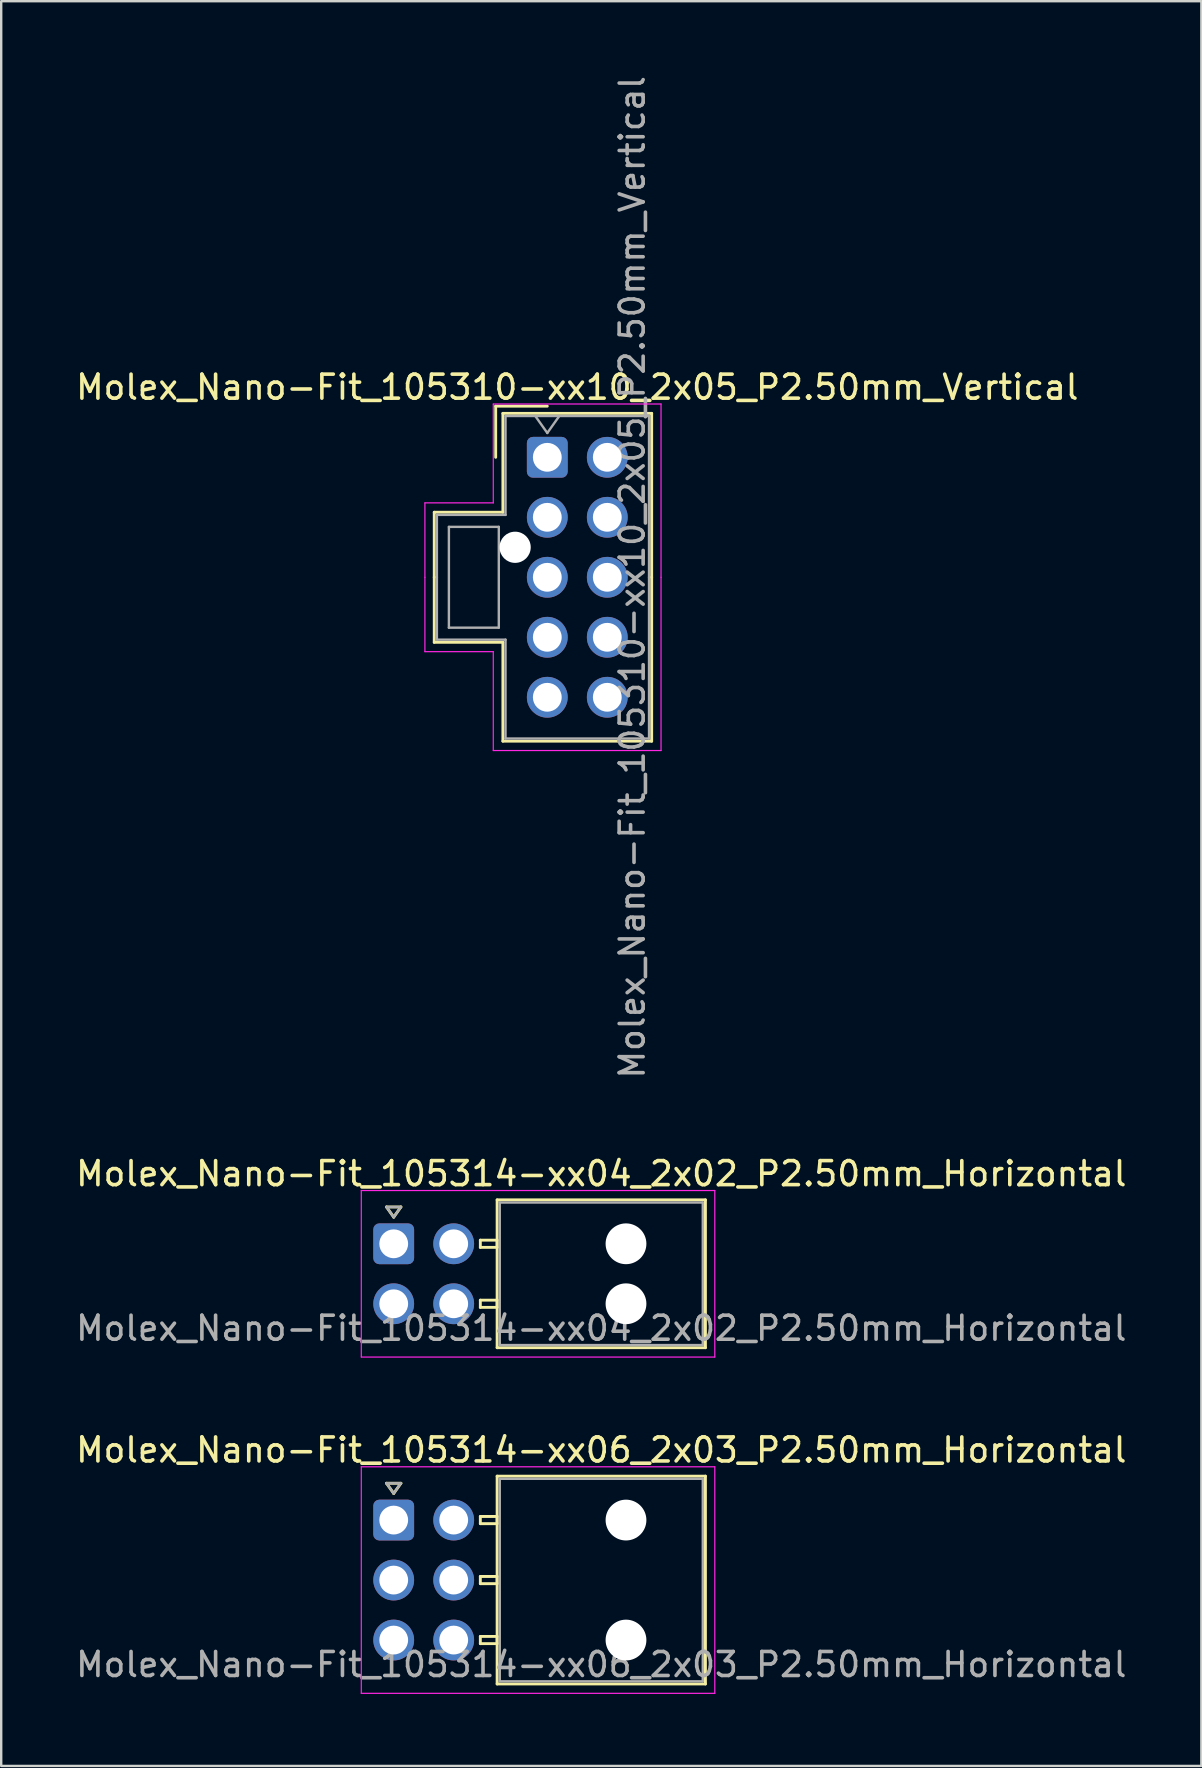
<source format=kicad_pcb>
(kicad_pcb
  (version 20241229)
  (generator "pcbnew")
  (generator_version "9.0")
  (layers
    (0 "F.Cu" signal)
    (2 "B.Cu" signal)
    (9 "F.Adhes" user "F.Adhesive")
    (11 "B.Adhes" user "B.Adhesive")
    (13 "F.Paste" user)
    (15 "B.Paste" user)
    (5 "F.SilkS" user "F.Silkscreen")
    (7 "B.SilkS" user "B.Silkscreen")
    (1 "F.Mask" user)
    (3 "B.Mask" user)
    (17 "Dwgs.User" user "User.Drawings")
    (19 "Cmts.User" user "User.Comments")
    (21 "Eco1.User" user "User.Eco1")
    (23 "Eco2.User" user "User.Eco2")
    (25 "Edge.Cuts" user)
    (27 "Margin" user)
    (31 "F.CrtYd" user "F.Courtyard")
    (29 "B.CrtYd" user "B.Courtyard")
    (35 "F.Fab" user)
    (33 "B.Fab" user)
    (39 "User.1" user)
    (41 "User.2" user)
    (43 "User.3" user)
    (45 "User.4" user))
  (footprint "Molex_Nano-Fit_105314-xx06_2x03_P2.50mm_Horizontal"
    (layer "F.Cu")
    (at 13.356 60.293)
    (property "Reference" "Molex_Nano-Fit_105314-xx06_2x03_P2.50mm_Horizontal" (at 8.65 -2.92 0) (layer "F.SilkS") (effects (font (size 1 1) (thickness 0.15))))
    (attr through_hole)
    (fp_line (start -0.3 -1.534) (end 0 -1.11) (stroke (width 0.12) (type solid)) (layer "F.SilkS"))
    (fp_line (start 0 -1.11) (end 0.3 -1.534) (stroke (width 0.12) (type solid)) (layer "F.SilkS"))
    (fp_line (start 0.3 -1.534) (end -0.3 -1.534) (stroke (width 0.12) (type solid)) (layer "F.SilkS"))
    (fp_line (start 3.61 -0.15) (end 3.61 0.15) (stroke (width 0.12) (type solid)) (layer "F.SilkS"))
    (fp_line (start 3.61 0.15) (end 4.31 0.15) (stroke (width 0.12) (type solid)) (layer "F.SilkS"))
    (fp_line (start 3.61 2.35) (end 3.61 2.65) (stroke (width 0.12) (type solid)) (layer "F.SilkS"))
    (fp_line (start 3.61 2.65) (end 4.31 2.65) (stroke (width 0.12) (type solid)) (layer "F.SilkS"))
    (fp_line (start 3.61 4.85) (end 3.61 5.15) (stroke (width 0.12) (type solid)) (layer "F.SilkS"))
    (fp_line (start 3.61 5.15) (end 4.31 5.15) (stroke (width 0.12) (type solid)) (layer "F.SilkS"))
    (fp_line (start 4.31 -1.83) (end 4.31 6.83) (stroke (width 0.12) (type solid)) (layer "F.SilkS"))
    (fp_line (start 4.31 -0.15) (end 3.61 -0.15) (stroke (width 0.12) (type solid)) (layer "F.SilkS"))
    (fp_line (start 4.31 0.15) (end 4.31 -0.15) (stroke (width 0.12) (type solid)) (layer "F.SilkS"))
    (fp_line (start 4.31 2.35) (end 3.61 2.35) (stroke (width 0.12) (type solid)) (layer "F.SilkS"))
    (fp_line (start 4.31 2.65) (end 4.31 2.35) (stroke (width 0.12) (type solid)) (layer "F.SilkS"))
    (fp_line (start 4.31 4.85) (end 3.61 4.85) (stroke (width 0.12) (type solid)) (layer "F.SilkS"))
    (fp_line (start 4.31 5.15) (end 4.31 4.85) (stroke (width 0.12) (type solid)) (layer "F.SilkS"))
    (fp_line (start 4.31 6.83) (end 12.99 6.83) (stroke (width 0.12) (type solid)) (layer "F.SilkS"))
    (fp_line (start 12.99 -1.83) (end 4.31 -1.83) (stroke (width 0.12) (type solid)) (layer "F.SilkS"))
    (fp_line (start 12.99 6.83) (end 12.99 -1.83) (stroke (width 0.12) (type solid)) (layer "F.SilkS"))
    (fp_line (start -1.35 -2.22) (end -1.35 7.22) (stroke (width 0.05) (type solid)) (layer "F.CrtYd"))
    (fp_line (start -1.35 7.22) (end 13.38 7.22) (stroke (width 0.05) (type solid)) (layer "F.CrtYd"))
    (fp_line (start 13.38 -2.22) (end -1.35 -2.22) (stroke (width 0.05) (type solid)) (layer "F.CrtYd"))
    (fp_line (start 13.38 7.22) (end 13.38 -2.22) (stroke (width 0.05) (type solid)) (layer "F.CrtYd"))
    (fp_line (start -0.3 -1.534) (end 0 -1.11) (stroke (width 0.1) (type solid)) (layer "F.Fab"))
    (fp_line (start 0 -1.11) (end 0.3 -1.534) (stroke (width 0.1) (type solid)) (layer "F.Fab"))
    (fp_line (start 0.3 -1.534) (end -0.3 -1.534) (stroke (width 0.1) (type solid)) (layer "F.Fab"))
    (fp_line (start 4.42 -1.72) (end 4.42 6.72) (stroke (width 0.1) (type solid)) (layer "F.Fab"))
    (fp_line (start 4.42 6.72) (end 12.88 6.72) (stroke (width 0.1) (type solid)) (layer "F.Fab"))
    (fp_line (start 12.88 -1.72) (end 4.42 -1.72) (stroke (width 0.1) (type solid)) (layer "F.Fab"))
    (fp_line (start 12.88 6.72) (end 12.88 -1.72) (stroke (width 0.1) (type solid)) (layer "F.Fab"))
    (fp_text user "${REFERENCE}" (at 8.65 6.02 0) (layer "F.Fab") (effects (font (size 1 1) (thickness 0.15))))
    (pad "" np_thru_hole circle (at 9.68 0) (size 1.7 1.7) (drill 1.7) (layers "*.Cu" "*.Mask"))
    (pad "" np_thru_hole circle (at 9.68 5) (size 1.7 1.7) (drill 1.7) (layers "*.Cu" "*.Mask"))
    (pad "1" thru_hole roundrect (at 0 0) (size 1.7 1.7) (drill 1.2) (layers "*.Cu" "*.Mask") (roundrect_rratio 0.147))
    (pad "2" thru_hole circle (at 0 2.5) (size 1.7 1.7) (drill 1.2) (layers "*.Cu" "*.Mask"))
    (pad "3" thru_hole circle (at 0 5) (size 1.7 1.7) (drill 1.2) (layers "*.Cu" "*.Mask"))
    (pad "4" thru_hole circle (at 2.5 0) (size 1.7 1.7) (drill 1.2) (layers "*.Cu" "*.Mask"))
    (pad "5" thru_hole circle (at 2.5 2.5) (size 1.7 1.7) (drill 1.2) (layers "*.Cu" "*.Mask"))
    (pad "6" thru_hole circle (at 2.5 5) (size 1.7 1.7) (drill 1.2) (layers "*.Cu" "*.Mask")))
  (footprint "Molex_Nano-Fit_105314-xx04_2x02_P2.50mm_Horizontal"
    (layer "F.Cu")
    (at 13.356 48.78)
    (property "Reference" "Molex_Nano-Fit_105314-xx04_2x02_P2.50mm_Horizontal" (at 8.65 -2.92 0) (layer "F.SilkS") (effects (font (size 1 1) (thickness 0.15))))
    (attr through_hole)
    (fp_line (start -0.3 -1.534) (end 0 -1.11) (stroke (width 0.12) (type solid)) (layer "F.SilkS"))
    (fp_line (start 0 -1.11) (end 0.3 -1.534) (stroke (width 0.12) (type solid)) (layer "F.SilkS"))
    (fp_line (start 0.3 -1.534) (end -0.3 -1.534) (stroke (width 0.12) (type solid)) (layer "F.SilkS"))
    (fp_line (start 3.61 -0.15) (end 3.61 0.15) (stroke (width 0.12) (type solid)) (layer "F.SilkS"))
    (fp_line (start 3.61 0.15) (end 4.31 0.15) (stroke (width 0.12) (type solid)) (layer "F.SilkS"))
    (fp_line (start 3.61 2.35) (end 3.61 2.65) (stroke (width 0.12) (type solid)) (layer "F.SilkS"))
    (fp_line (start 3.61 2.65) (end 4.31 2.65) (stroke (width 0.12) (type solid)) (layer "F.SilkS"))
    (fp_line (start 4.31 -1.83) (end 4.31 4.33) (stroke (width 0.12) (type solid)) (layer "F.SilkS"))
    (fp_line (start 4.31 -0.15) (end 3.61 -0.15) (stroke (width 0.12) (type solid)) (layer "F.SilkS"))
    (fp_line (start 4.31 0.15) (end 4.31 -0.15) (stroke (width 0.12) (type solid)) (layer "F.SilkS"))
    (fp_line (start 4.31 2.35) (end 3.61 2.35) (stroke (width 0.12) (type solid)) (layer "F.SilkS"))
    (fp_line (start 4.31 2.65) (end 4.31 2.35) (stroke (width 0.12) (type solid)) (layer "F.SilkS"))
    (fp_line (start 4.31 4.33) (end 12.99 4.33) (stroke (width 0.12) (type solid)) (layer "F.SilkS"))
    (fp_line (start 12.99 -1.83) (end 4.31 -1.83) (stroke (width 0.12) (type solid)) (layer "F.SilkS"))
    (fp_line (start 12.99 4.33) (end 12.99 -1.83) (stroke (width 0.12) (type solid)) (layer "F.SilkS"))
    (fp_line (start -1.35 -2.22) (end -1.35 4.72) (stroke (width 0.05) (type solid)) (layer "F.CrtYd"))
    (fp_line (start -1.35 4.72) (end 13.38 4.72) (stroke (width 0.05) (type solid)) (layer "F.CrtYd"))
    (fp_line (start 13.38 -2.22) (end -1.35 -2.22) (stroke (width 0.05) (type solid)) (layer "F.CrtYd"))
    (fp_line (start 13.38 4.72) (end 13.38 -2.22) (stroke (width 0.05) (type solid)) (layer "F.CrtYd"))
    (fp_line (start -0.3 -1.534) (end 0 -1.11) (stroke (width 0.1) (type solid)) (layer "F.Fab"))
    (fp_line (start 0 -1.11) (end 0.3 -1.534) (stroke (width 0.1) (type solid)) (layer "F.Fab"))
    (fp_line (start 0.3 -1.534) (end -0.3 -1.534) (stroke (width 0.1) (type solid)) (layer "F.Fab"))
    (fp_line (start 4.42 -1.72) (end 4.42 4.22) (stroke (width 0.1) (type solid)) (layer "F.Fab"))
    (fp_line (start 4.42 4.22) (end 12.88 4.22) (stroke (width 0.1) (type solid)) (layer "F.Fab"))
    (fp_line (start 12.88 -1.72) (end 4.42 -1.72) (stroke (width 0.1) (type solid)) (layer "F.Fab"))
    (fp_line (start 12.88 4.22) (end 12.88 -1.72) (stroke (width 0.1) (type solid)) (layer "F.Fab"))
    (fp_text user "${REFERENCE}" (at 8.65 3.52 0) (layer "F.Fab") (effects (font (size 1 1) (thickness 0.15))))
    (pad "" np_thru_hole circle (at 9.68 0) (size 1.7 1.7) (drill 1.7) (layers "*.Cu" "*.Mask"))
    (pad "" np_thru_hole circle (at 9.68 2.5) (size 1.7 1.7) (drill 1.7) (layers "*.Cu" "*.Mask"))
    (pad "1" thru_hole roundrect (at 0 0) (size 1.7 1.7) (drill 1.2) (layers "*.Cu" "*.Mask") (roundrect_rratio 0.147))
    (pad "2" thru_hole circle (at 0 2.5) (size 1.7 1.7) (drill 1.2) (layers "*.Cu" "*.Mask"))
    (pad "3" thru_hole circle (at 2.5 0) (size 1.7 1.7) (drill 1.2) (layers "*.Cu" "*.Mask"))
    (pad "4" thru_hole circle (at 2.5 2.5) (size 1.7 1.7) (drill 1.2) (layers "*.Cu" "*.Mask")))
  (footprint "Molex_Nano-Fit_105310-xx10_2x05_P2.50mm_Vertical"
    (layer "F.Cu")
    (at 19.756 16.006)
    (property "Reference" "Molex_Nano-Fit_105310-xx10_2x05_P2.50mm_Vertical" (at 1.25 -2.92 0) (layer "F.SilkS") (effects (font (size 1 1) (thickness 0.15))))
    (attr through_hole)
    (fp_line (start -4.71 2.29) (end -4.71 5) (stroke (width 0.12) (type solid)) (layer "F.SilkS"))
    (fp_line (start -4.71 7.71) (end -4.71 5) (stroke (width 0.12) (type solid)) (layer "F.SilkS"))
    (fp_line (start -2.15 -2.13) (end -2.15 0) (stroke (width 0.12) (type solid)) (layer "F.SilkS"))
    (fp_line (start -1.85 -1.83) (end -1.85 2.29) (stroke (width 0.12) (type solid)) (layer "F.SilkS"))
    (fp_line (start -1.85 2.29) (end -4.71 2.29) (stroke (width 0.12) (type solid)) (layer "F.SilkS"))
    (fp_line (start -1.85 7.71) (end -4.71 7.71) (stroke (width 0.12) (type solid)) (layer "F.SilkS"))
    (fp_line (start -1.85 11.83) (end -1.85 7.71) (stroke (width 0.12) (type solid)) (layer "F.SilkS"))
    (fp_line (start 0 -2.13) (end -2.15 -2.13) (stroke (width 0.12) (type solid)) (layer "F.SilkS"))
    (fp_line (start 4.35 -1.83) (end -1.85 -1.83) (stroke (width 0.12) (type solid)) (layer "F.SilkS"))
    (fp_line (start 4.35 5) (end 4.35 -1.83) (stroke (width 0.12) (type solid)) (layer "F.SilkS"))
    (fp_line (start 4.35 5) (end 4.35 11.83) (stroke (width 0.12) (type solid)) (layer "F.SilkS"))
    (fp_line (start 4.35 11.83) (end -1.85 11.83) (stroke (width 0.12) (type solid)) (layer "F.SilkS"))
    (fp_line (start -5.1 1.9) (end -5.1 5) (stroke (width 0.05) (type solid)) (layer "F.CrtYd"))
    (fp_line (start -5.1 8.1) (end -5.1 5) (stroke (width 0.05) (type solid)) (layer "F.CrtYd"))
    (fp_line (start -2.25 -2.22) (end -2.25 1.9) (stroke (width 0.05) (type solid)) (layer "F.CrtYd"))
    (fp_line (start -2.25 1.9) (end -5.1 1.9) (stroke (width 0.05) (type solid)) (layer "F.CrtYd"))
    (fp_line (start -2.25 8.1) (end -5.1 8.1) (stroke (width 0.05) (type solid)) (layer "F.CrtYd"))
    (fp_line (start -2.25 12.22) (end -2.25 8.1) (stroke (width 0.05) (type solid)) (layer "F.CrtYd"))
    (fp_line (start 4.74 -2.22) (end -2.25 -2.22) (stroke (width 0.05) (type solid)) (layer "F.CrtYd"))
    (fp_line (start 4.74 5) (end 4.74 -2.22) (stroke (width 0.05) (type solid)) (layer "F.CrtYd"))
    (fp_line (start 4.74 5) (end 4.74 12.22) (stroke (width 0.05) (type solid)) (layer "F.CrtYd"))
    (fp_line (start 4.74 12.22) (end -2.25 12.22) (stroke (width 0.05) (type solid)) (layer "F.CrtYd"))
    (fp_line (start -4.6 2.4) (end -4.6 5) (stroke (width 0.1) (type solid)) (layer "F.Fab"))
    (fp_line (start -4.6 7.6) (end -4.6 5) (stroke (width 0.1) (type solid)) (layer "F.Fab"))
    (fp_line (start -4.1 2.9) (end -4.1 7.1) (stroke (width 0.1) (type solid)) (layer "F.Fab"))
    (fp_line (start -4.1 7.1) (end -2.02 7.1) (stroke (width 0.1) (type solid)) (layer "F.Fab"))
    (fp_line (start -2.02 2.9) (end -4.1 2.9) (stroke (width 0.1) (type solid)) (layer "F.Fab"))
    (fp_line (start -2.02 7.1) (end -2.02 2.9) (stroke (width 0.1) (type solid)) (layer "F.Fab"))
    (fp_line (start -1.74 -1.72) (end -1.74 2.4) (stroke (width 0.1) (type solid)) (layer "F.Fab"))
    (fp_line (start -1.74 2.4) (end -4.6 2.4) (stroke (width 0.1) (type solid)) (layer "F.Fab"))
    (fp_line (start -1.74 7.6) (end -4.6 7.6) (stroke (width 0.1) (type solid)) (layer "F.Fab"))
    (fp_line (start -1.74 11.72) (end -1.74 7.6) (stroke (width 0.1) (type solid)) (layer "F.Fab"))
    (fp_line (start -0.5 -1.72) (end 0 -1.013) (stroke (width 0.1) (type solid)) (layer "F.Fab"))
    (fp_line (start 0 -1.013) (end 0.5 -1.72) (stroke (width 0.1) (type solid)) (layer "F.Fab"))
    (fp_line (start 4.24 -1.72) (end -1.74 -1.72) (stroke (width 0.1) (type solid)) (layer "F.Fab"))
    (fp_line (start 4.24 5) (end 4.24 -1.72) (stroke (width 0.1) (type solid)) (layer "F.Fab"))
    (fp_line (start 4.24 5) (end 4.24 11.72) (stroke (width 0.1) (type solid)) (layer "F.Fab"))
    (fp_line (start 4.24 11.72) (end -1.74 11.72) (stroke (width 0.1) (type solid)) (layer "F.Fab"))
    (fp_text user "${REFERENCE}" (at 3.54 5 90) (layer "F.Fab") (effects (font (size 1 1) (thickness 0.15))))
    (pad "" np_thru_hole circle (at -1.34 3.75) (size 1.3 1.3) (drill 1.3) (layers "*.Cu" "*.Mask"))
    (pad "1" thru_hole roundrect (at 0 0) (size 1.7 1.7) (drill 1.2) (layers "*.Cu" "*.Mask") (roundrect_rratio 0.147))
    (pad "2" thru_hole circle (at 0 2.5) (size 1.7 1.7) (drill 1.2) (layers "*.Cu" "*.Mask"))
    (pad "3" thru_hole circle (at 0 5) (size 1.7 1.7) (drill 1.2) (layers "*.Cu" "*.Mask"))
    (pad "4" thru_hole circle (at 0 7.5) (size 1.7 1.7) (drill 1.2) (layers "*.Cu" "*.Mask"))
    (pad "5" thru_hole circle (at 0 10) (size 1.7 1.7) (drill 1.2) (layers "*.Cu" "*.Mask"))
    (pad "6" thru_hole circle (at 2.5 0) (size 1.7 1.7) (drill 1.2) (layers "*.Cu" "*.Mask"))
    (pad "7" thru_hole circle (at 2.5 2.5) (size 1.7 1.7) (drill 1.2) (layers "*.Cu" "*.Mask"))
    (pad "8" thru_hole circle (at 2.5 5) (size 1.7 1.7) (drill 1.2) (layers "*.Cu" "*.Mask"))
    (pad "9" thru_hole circle (at 2.5 7.5) (size 1.7 1.7) (drill 1.2) (layers "*.Cu" "*.Mask"))
    (pad "10" thru_hole circle (at 2.5 10) (size 1.7 1.7) (drill 1.2) (layers "*.Cu" "*.Mask")))
  (gr_rect
    (start -3 -3)
    (end 47.012 70.538)
    (stroke (width 0.1) (type default))
    (fill no)
    (layer "Edge.Cuts")))
</source>
